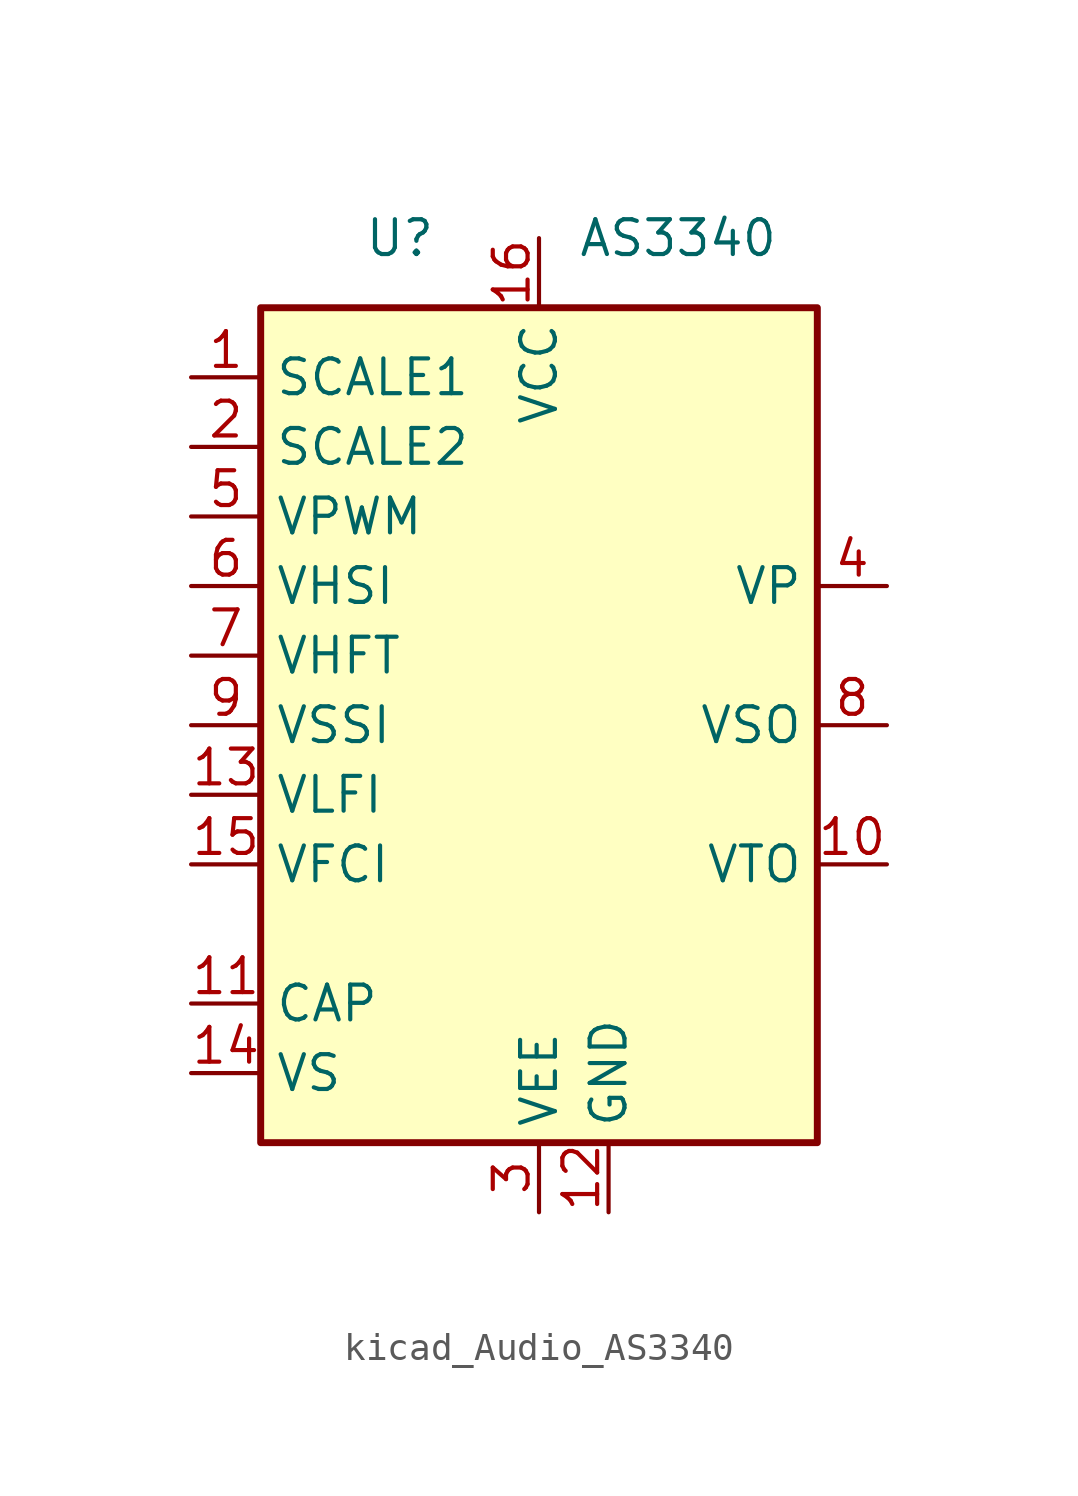
<source format=kicad_sym>
(kicad_symbol_lib
  (version 20220914)
  (generator kicad_symbol_editor)
  (symbol "kicad_Audio_AS3340"
    (property "Reference" "U"
      (at -5.08 17.78 0)
      (effects (font (size 1.27 1.27))))
    (property "Value" "AS3340"
      (at 5.08 17.78 0)
      (effects (font (size 1.27 1.27))))
    (symbol "kicad_Audio_AS3340_0_1"
      (rectangle (start -10.16 15.24) (end 10.16 -15.24) (stroke (width 0.254) (type default)) (fill (type background))))
    (symbol "kicad_Audio_AS3340_1_1"
      (pin input line (at -12.7 12.7 0) (length 2.54) (name "SCALE1" (effects (font (size 1.27 1.27)))) (number "1" (effects (font (size 1.27 1.27)))))
      (pin output line (at 12.7 -5.08 180) (length 2.54) (name "VTO" (effects (font (size 1.27 1.27)))) (number "10" (effects (font (size 1.27 1.27)))))
      (pin passive line (at -12.7 -10.16 0) (length 2.54) (name "CAP" (effects (font (size 1.27 1.27)))) (number "11" (effects (font (size 1.27 1.27)))))
      (pin power_in line (at 2.54 -17.78 90) (length 2.54) (name "GND" (effects (font (size 1.27 1.27)))) (number "12" (effects (font (size 1.27 1.27)))))
      (pin input line (at -12.7 -2.54 0) (length 2.54) (name "VLFI" (effects (font (size 1.27 1.27)))) (number "13" (effects (font (size 1.27 1.27)))))
      (pin passive line (at -12.7 -12.7 0) (length 2.54) (name "VS" (effects (font (size 1.27 1.27)))) (number "14" (effects (font (size 1.27 1.27)))))
      (pin input line (at -12.7 -5.08 0) (length 2.54) (name "VFCI" (effects (font (size 1.27 1.27)))) (number "15" (effects (font (size 1.27 1.27)))))
      (pin power_in line (at 0 17.78 270) (length 2.54) (name "VCC" (effects (font (size 1.27 1.27)))) (number "16" (effects (font (size 1.27 1.27)))))
      (pin input line (at -12.7 10.16 0) (length 2.54) (name "SCALE2" (effects (font (size 1.27 1.27)))) (number "2" (effects (font (size 1.27 1.27)))))
      (pin power_in line (at 0 -17.78 90) (length 2.54) (name "VEE" (effects (font (size 1.27 1.27)))) (number "3" (effects (font (size 1.27 1.27)))))
      (pin output line (at 12.7 5.08 180) (length 2.54) (name "VP" (effects (font (size 1.27 1.27)))) (number "4" (effects (font (size 1.27 1.27)))))
      (pin input line (at -12.7 7.62 0) (length 2.54) (name "VPWM" (effects (font (size 1.27 1.27)))) (number "5" (effects (font (size 1.27 1.27)))))
      (pin input line (at -12.7 5.08 0) (length 2.54) (name "VHSI" (effects (font (size 1.27 1.27)))) (number "6" (effects (font (size 1.27 1.27)))))
      (pin input line (at -12.7 2.54 0) (length 2.54) (name "VHFT" (effects (font (size 1.27 1.27)))) (number "7" (effects (font (size 1.27 1.27)))))
      (pin output line (at 12.7 0 180) (length 2.54) (name "VSO" (effects (font (size 1.27 1.27)))) (number "8" (effects (font (size 1.27 1.27)))))
      (pin input line (at -12.7 0 0) (length 2.54) (name "VSSI" (effects (font (size 1.27 1.27)))) (number "9" (effects (font (size 1.27 1.27))))))))
</source>
